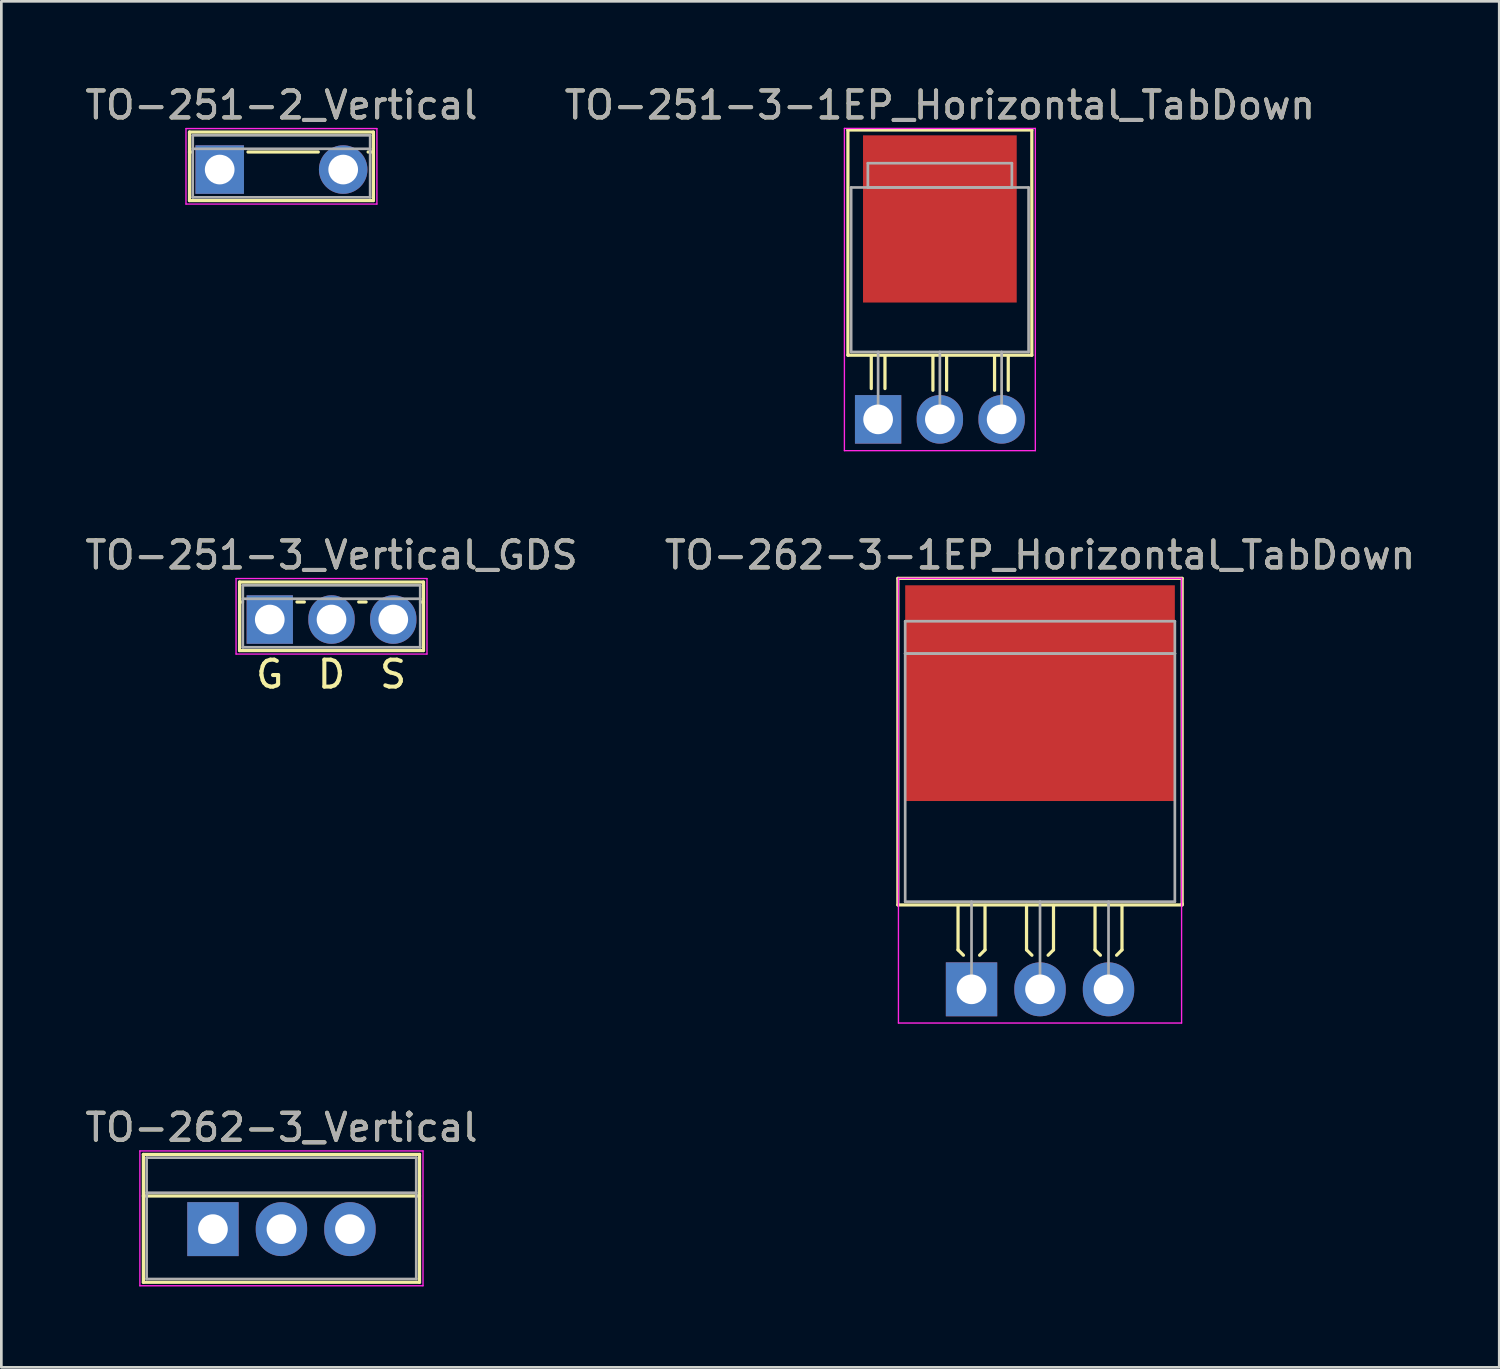
<source format=kicad_pcb>
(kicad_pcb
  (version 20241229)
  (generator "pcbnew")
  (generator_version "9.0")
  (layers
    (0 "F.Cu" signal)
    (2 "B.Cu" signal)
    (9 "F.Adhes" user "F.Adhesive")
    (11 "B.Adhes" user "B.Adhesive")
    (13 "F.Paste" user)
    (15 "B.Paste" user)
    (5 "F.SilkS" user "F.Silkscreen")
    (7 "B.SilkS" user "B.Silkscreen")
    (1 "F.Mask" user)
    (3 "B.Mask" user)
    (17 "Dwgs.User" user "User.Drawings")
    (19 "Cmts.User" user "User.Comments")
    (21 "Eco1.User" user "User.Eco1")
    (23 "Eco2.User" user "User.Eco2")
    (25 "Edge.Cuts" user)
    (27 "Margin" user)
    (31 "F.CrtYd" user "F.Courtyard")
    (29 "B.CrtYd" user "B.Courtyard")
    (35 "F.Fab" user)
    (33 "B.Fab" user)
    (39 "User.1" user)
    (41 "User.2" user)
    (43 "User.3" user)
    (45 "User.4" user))
  (footprint "TO-262-3-1EP_Horizontal_TabDown"
    (layer "F.Cu")
    (at 32.978 33.638)
    (property "Reference" "TO-262-3-1EP_Horizontal_TabDown" (at 2.54 -16.103 0) (layer "F.SilkS") (effects (font (size 1 1) (thickness 0.15))))
    (attr through_hole)
    (fp_line (start -2.731 -15.24) (end 7.811 -15.24) (stroke (width 0.12) (type solid)) (layer "F.SilkS"))
    (fp_line (start -2.731 -3.13) (end -2.731 -15.24) (stroke (width 0.12) (type solid)) (layer "F.SilkS"))
    (fp_line (start -2.731 -3.13) (end 7.811 -3.13) (stroke (width 0.12) (type solid)) (layer "F.SilkS"))
    (fp_line (start -0.5 -3.111) (end -0.5 -1.464) (stroke (width 0.12) (type solid)) (layer "F.SilkS"))
    (fp_line (start -0.5 -1.464) (end -0.3 -1.264) (stroke (width 0.12) (type solid)) (layer "F.SilkS"))
    (fp_line (start 0.5 -3.111) (end 0.5 -1.464) (stroke (width 0.12) (type solid)) (layer "F.SilkS"))
    (fp_line (start 0.5 -1.464) (end 0.3 -1.264) (stroke (width 0.12) (type solid)) (layer "F.SilkS"))
    (fp_line (start 2.04 -3.111) (end 2.04 -1.464) (stroke (width 0.12) (type solid)) (layer "F.SilkS"))
    (fp_line (start 2.04 -1.464) (end 2.24 -1.264) (stroke (width 0.12) (type solid)) (layer "F.SilkS"))
    (fp_line (start 3.04 -3.111) (end 3.04 -1.464) (stroke (width 0.12) (type solid)) (layer "F.SilkS"))
    (fp_line (start 3.04 -1.464) (end 2.84 -1.264) (stroke (width 0.12) (type solid)) (layer "F.SilkS"))
    (fp_line (start 4.58 -3.111) (end 4.58 -1.464) (stroke (width 0.12) (type solid)) (layer "F.SilkS"))
    (fp_line (start 4.58 -1.464) (end 4.78 -1.264) (stroke (width 0.12) (type solid)) (layer "F.SilkS"))
    (fp_line (start 5.58 -3.111) (end 5.58 -1.464) (stroke (width 0.12) (type solid)) (layer "F.SilkS"))
    (fp_line (start 5.58 -1.464) (end 5.38 -1.264) (stroke (width 0.12) (type solid)) (layer "F.SilkS"))
    (fp_line (start 7.811 -15.24) (end 7.811 -3.175) (stroke (width 0.12) (type solid)) (layer "F.SilkS"))
    (fp_line (start 7.811 -3.175) (end 7.811 -3.13) (stroke (width 0.12) (type solid)) (layer "F.SilkS"))
    (fp_line (start -2.71 -15.24) (end -2.71 1.25) (stroke (width 0.05) (type solid)) (layer "F.CrtYd"))
    (fp_line (start -2.71 1.25) (end 7.79 1.25) (stroke (width 0.05) (type solid)) (layer "F.CrtYd"))
    (fp_line (start 7.79 -15.24) (end -2.71 -15.24) (stroke (width 0.05) (type solid)) (layer "F.CrtYd"))
    (fp_line (start 7.79 1.25) (end 7.79 -15.24) (stroke (width 0.05) (type solid)) (layer "F.CrtYd"))
    (fp_line (start -2.46 -13.65) (end 7.54 -13.65) (stroke (width 0.1) (type solid)) (layer "F.Fab"))
    (fp_line (start -2.46 -12.45) (end -2.46 -13.65) (stroke (width 0.1) (type solid)) (layer "F.Fab"))
    (fp_line (start -2.46 -12.45) (end 7.54 -12.45) (stroke (width 0.1) (type solid)) (layer "F.Fab"))
    (fp_line (start -2.46 -3.25) (end -2.46 -12.45) (stroke (width 0.1) (type solid)) (layer "F.Fab"))
    (fp_line (start 0 -3.25) (end 0 0) (stroke (width 0.1) (type solid)) (layer "F.Fab"))
    (fp_line (start 2.54 -3.25) (end 2.54 0) (stroke (width 0.1) (type solid)) (layer "F.Fab"))
    (fp_line (start 5.08 -3.25) (end 5.08 0) (stroke (width 0.1) (type solid)) (layer "F.Fab"))
    (fp_line (start 7.54 -13.65) (end 7.54 -12.45) (stroke (width 0.1) (type solid)) (layer "F.Fab"))
    (fp_line (start 7.54 -12.45) (end -2.46 -12.45) (stroke (width 0.1) (type solid)) (layer "F.Fab"))
    (fp_line (start 7.54 -12.45) (end 7.54 -3.25) (stroke (width 0.1) (type solid)) (layer "F.Fab"))
    (fp_line (start 7.54 -3.25) (end -2.46 -3.25) (stroke (width 0.1) (type solid)) (layer "F.Fab"))
    (fp_text user "${REFERENCE}" (at 2.54 -16.103 0) (layer "F.Fab") (effects (font (size 1 1) (thickness 0.15))))
    (pad "1" thru_hole rect (at 0 0) (size 1.905 2) (drill 1.1) (layers "*.Cu" "*.Mask"))
    (pad "2" thru_hole oval (at 2.54 0) (size 1.905 2) (drill 1.1) (layers "*.Cu" "*.Mask"))
    (pad "3" thru_hole oval (at 5.08 0) (size 1.905 2) (drill 1.1) (layers "*.Cu" "*.Mask"))
    (pad "4" smd rect (at 2.54 -10.983) (size 10 8) (layers "F.Cu" "F.Mask" "F.Paste")))
  (footprint "TO-251-3_Vertical_GDS"
    (layer "F.Cu")
    (at 6.954 19.925)
    (property "Reference" "TO-251-3_Vertical_GDS" (at 2.29 -2.39 0) (layer "F.SilkS") (effects (font (size 1 1) (thickness 0.15))))
    (attr through_hole)
    (fp_line (start -1.12 -1.39) (end -1.12 1.15) (stroke (width 0.12) (type solid)) (layer "F.SilkS"))
    (fp_line (start -1.12 -1.39) (end 5.7 -1.39) (stroke (width 0.12) (type solid)) (layer "F.SilkS"))
    (fp_line (start -1.12 -0.651) (end -1.009 -0.651) (stroke (width 0.12) (type solid)) (layer "F.SilkS"))
    (fp_line (start -1.12 1.15) (end 5.7 1.15) (stroke (width 0.12) (type solid)) (layer "F.SilkS"))
    (fp_line (start 1.009 -0.651) (end 1.282 -0.651) (stroke (width 0.12) (type solid)) (layer "F.SilkS"))
    (fp_line (start 3.299 -0.651) (end 3.572 -0.651) (stroke (width 0.12) (type solid)) (layer "F.SilkS"))
    (fp_line (start 5.589 -0.651) (end 5.7 -0.651) (stroke (width 0.12) (type solid)) (layer "F.SilkS"))
    (fp_line (start 5.7 -1.39) (end 5.7 1.15) (stroke (width 0.12) (type solid)) (layer "F.SilkS"))
    (fp_line (start -1.25 -1.52) (end -1.25 1.28) (stroke (width 0.05) (type solid)) (layer "F.CrtYd"))
    (fp_line (start -1.25 1.28) (end 5.83 1.28) (stroke (width 0.05) (type solid)) (layer "F.CrtYd"))
    (fp_line (start 5.83 -1.52) (end -1.25 -1.52) (stroke (width 0.05) (type solid)) (layer "F.CrtYd"))
    (fp_line (start 5.83 1.28) (end 5.83 -1.52) (stroke (width 0.05) (type solid)) (layer "F.CrtYd"))
    (fp_line (start -1 -1.27) (end -1 1.03) (stroke (width 0.1) (type solid)) (layer "F.Fab"))
    (fp_line (start -1 -0.77) (end 5.58 -0.77) (stroke (width 0.1) (type solid)) (layer "F.Fab"))
    (fp_line (start -1 1.03) (end 5.58 1.03) (stroke (width 0.1) (type solid)) (layer "F.Fab"))
    (fp_line (start 5.58 -1.27) (end -1 -1.27) (stroke (width 0.1) (type solid)) (layer "F.Fab"))
    (fp_line (start 5.58 1.03) (end 5.58 -1.27) (stroke (width 0.1) (type solid)) (layer "F.Fab"))
    (fp_text user "G" (at 0 2.032 0) (layer "F.SilkS") (effects (font (size 1 1) (thickness 0.15))))
    (fp_text user "D" (at 2.286 2.032 0) (layer "F.SilkS") (effects (font (size 1 1) (thickness 0.15))))
    (fp_text user "S" (at 4.572 2.032 0) (layer "F.SilkS") (effects (font (size 1 1) (thickness 0.15))))
    (fp_text user "${REFERENCE}" (at 2.29 -2.39 0) (layer "F.Fab") (effects (font (size 1 1) (thickness 0.15))))
    (pad "1" thru_hole rect (at 0 0) (size 1.718 1.8) (drill 1.1) (layers "*.Cu" "*.Mask"))
    (pad "2" thru_hole oval (at 2.29 0) (size 1.718 1.8) (drill 1.1) (layers "*.Cu" "*.Mask"))
    (pad "3" thru_hole oval (at 4.58 0) (size 1.718 1.8) (drill 1.1) (layers "*.Cu" "*.Mask")))
  (footprint "TO-251-2_Vertical"
    (layer "F.Cu")
    (at 5.097 3.238)
    (property "Reference" "TO-251-2_Vertical" (at 2.29 -2.39 0) (layer "F.SilkS") (effects (font (size 1 1) (thickness 0.15))))
    (attr through_hole)
    (fp_line (start -1.12 -1.39) (end -1.12 1.15) (stroke (width 0.12) (type solid)) (layer "F.SilkS"))
    (fp_line (start -1.12 -1.39) (end 5.7 -1.39) (stroke (width 0.12) (type solid)) (layer "F.SilkS"))
    (fp_line (start -1.12 -0.651) (end -1.05 -0.651) (stroke (width 0.12) (type solid)) (layer "F.SilkS"))
    (fp_line (start -1.12 1.15) (end 5.7 1.15) (stroke (width 0.12) (type solid)) (layer "F.SilkS"))
    (fp_line (start 1.05 -0.651) (end 3.656 -0.651) (stroke (width 0.12) (type solid)) (layer "F.SilkS"))
    (fp_line (start 5.505 -0.651) (end 5.7 -0.651) (stroke (width 0.12) (type solid)) (layer "F.SilkS"))
    (fp_line (start 5.7 -1.39) (end 5.7 1.15) (stroke (width 0.12) (type solid)) (layer "F.SilkS"))
    (fp_line (start -1.25 -1.52) (end -1.25 1.28) (stroke (width 0.05) (type solid)) (layer "F.CrtYd"))
    (fp_line (start -1.25 1.28) (end 5.83 1.28) (stroke (width 0.05) (type solid)) (layer "F.CrtYd"))
    (fp_line (start 5.83 -1.52) (end -1.25 -1.52) (stroke (width 0.05) (type solid)) (layer "F.CrtYd"))
    (fp_line (start 5.83 1.28) (end 5.83 -1.52) (stroke (width 0.05) (type solid)) (layer "F.CrtYd"))
    (fp_line (start -1 -1.27) (end -1 1.03) (stroke (width 0.1) (type solid)) (layer "F.Fab"))
    (fp_line (start -1 -0.77) (end 5.58 -0.77) (stroke (width 0.1) (type solid)) (layer "F.Fab"))
    (fp_line (start -1 1.03) (end 5.58 1.03) (stroke (width 0.1) (type solid)) (layer "F.Fab"))
    (fp_line (start 5.58 -1.27) (end -1 -1.27) (stroke (width 0.1) (type solid)) (layer "F.Fab"))
    (fp_line (start 5.58 1.03) (end 5.58 -1.27) (stroke (width 0.1) (type solid)) (layer "F.Fab"))
    (fp_text user "${REFERENCE}" (at 2.29 -2.39 0) (layer "F.Fab") (effects (font (size 1 1) (thickness 0.15))))
    (pad "1" thru_hole rect (at 0 0) (size 1.8 1.8) (drill 1.1) (layers "*.Cu" "*.Mask"))
    (pad "2" thru_hole oval (at 4.58 0) (size 1.8 1.8) (drill 1.1) (layers "*.Cu" "*.Mask")))
  (footprint "TO-251-3-1EP_Horizontal_TabDown"
    (layer "F.Cu")
    (at 29.514 12.502)
    (property "Reference" "TO-251-3-1EP_Horizontal_TabDown" (at 2.29 -11.653 0) (layer "F.SilkS") (effects (font (size 1 1) (thickness 0.15))))
    (attr through_hole)
    (fp_line (start -1.12 -10.732) (end -1.12 -2.38) (stroke (width 0.12) (type solid)) (layer "F.SilkS"))
    (fp_line (start -1.12 -10.732) (end 5.7 -10.732) (stroke (width 0.12) (type solid)) (layer "F.SilkS"))
    (fp_line (start -1.12 -2.38) (end 5.7 -2.38) (stroke (width 0.12) (type solid)) (layer "F.SilkS"))
    (fp_line (start -0.254 -2.349) (end -0.254 -1.143) (stroke (width 0.12) (type solid)) (layer "F.SilkS"))
    (fp_line (start 0.254 -1.143) (end 0.254 -2.349) (stroke (width 0.12) (type solid)) (layer "F.SilkS"))
    (fp_line (start 2.032 -2.349) (end 2.032 -1.079) (stroke (width 0.12) (type solid)) (layer "F.SilkS"))
    (fp_line (start 2.54 -1.079) (end 2.54 -2.349) (stroke (width 0.12) (type solid)) (layer "F.SilkS"))
    (fp_line (start 4.318 -2.349) (end 4.318 -1.079) (stroke (width 0.12) (type solid)) (layer "F.SilkS"))
    (fp_line (start 4.826 -1.079) (end 4.826 -2.349) (stroke (width 0.12) (type solid)) (layer "F.SilkS"))
    (fp_line (start 5.7 -10.732) (end 5.7 -2.38) (stroke (width 0.12) (type solid)) (layer "F.SilkS"))
    (fp_line (start -1.25 -10.79) (end -1.25 1.16) (stroke (width 0.05) (type solid)) (layer "F.CrtYd"))
    (fp_line (start -1.25 1.16) (end 5.83 1.16) (stroke (width 0.05) (type solid)) (layer "F.CrtYd"))
    (fp_line (start 5.83 -10.79) (end -1.25 -10.79) (stroke (width 0.05) (type solid)) (layer "F.CrtYd"))
    (fp_line (start 5.83 1.16) (end 5.83 -10.79) (stroke (width 0.05) (type solid)) (layer "F.CrtYd"))
    (fp_line (start -1 -8.6) (end 5.58 -8.6) (stroke (width 0.1) (type solid)) (layer "F.Fab"))
    (fp_line (start -1 -2.5) (end -1 -8.6) (stroke (width 0.1) (type solid)) (layer "F.Fab"))
    (fp_line (start -0.38 -9.5) (end 4.96 -9.5) (stroke (width 0.1) (type solid)) (layer "F.Fab"))
    (fp_line (start -0.38 -8.6) (end -0.38 -9.5) (stroke (width 0.1) (type solid)) (layer "F.Fab"))
    (fp_line (start 0 -2.5) (end 0 0) (stroke (width 0.1) (type solid)) (layer "F.Fab"))
    (fp_line (start 2.29 -2.5) (end 2.29 0) (stroke (width 0.1) (type solid)) (layer "F.Fab"))
    (fp_line (start 4.58 -2.5) (end 4.58 0) (stroke (width 0.1) (type solid)) (layer "F.Fab"))
    (fp_line (start 4.96 -9.5) (end 4.96 -8.6) (stroke (width 0.1) (type solid)) (layer "F.Fab"))
    (fp_line (start 4.96 -8.6) (end -0.38 -8.6) (stroke (width 0.1) (type solid)) (layer "F.Fab"))
    (fp_line (start 5.58 -8.6) (end 5.58 -2.5) (stroke (width 0.1) (type solid)) (layer "F.Fab"))
    (fp_line (start 5.58 -2.5) (end -1 -2.5) (stroke (width 0.1) (type solid)) (layer "F.Fab"))
    (fp_text user "${REFERENCE}" (at 2.29 -11.653 0) (layer "F.Fab") (effects (font (size 1 1) (thickness 0.15))))
    (pad "1" thru_hole rect (at 0 0) (size 1.718 1.8) (drill 1.1) (layers "*.Cu" "*.Mask"))
    (pad "2" thru_hole oval (at 2.29 0) (size 1.718 1.8) (drill 1.1) (layers "*.Cu" "*.Mask"))
    (pad "3" thru_hole oval (at 4.58 0) (size 1.718 1.8) (drill 1.1) (layers "*.Cu" "*.Mask"))
    (pad "4" smd rect (at 2.29 -7.433) (size 5.7 6.2) (layers "F.Cu" "F.Mask" "F.Paste")))
  (footprint "TO-262-3_Vertical"
    (layer "F.Cu")
    (at 4.847 42.531)
    (property "Reference" "TO-262-3_Vertical" (at 2.54 -3.77 0) (layer "F.SilkS") (effects (font (size 1 1) (thickness 0.15))))
    (attr through_hole)
    (fp_line (start -2.58 -2.77) (end -2.58 1.971) (stroke (width 0.12) (type solid)) (layer "F.SilkS"))
    (fp_line (start -2.58 -2.77) (end 7.66 -2.77) (stroke (width 0.12) (type solid)) (layer "F.SilkS"))
    (fp_line (start -2.58 -1.23) (end 7.66 -1.23) (stroke (width 0.12) (type solid)) (layer "F.SilkS"))
    (fp_line (start -2.58 1.971) (end 7.66 1.971) (stroke (width 0.12) (type solid)) (layer "F.SilkS"))
    (fp_line (start 7.66 -2.77) (end 7.66 1.971) (stroke (width 0.12) (type solid)) (layer "F.SilkS"))
    (fp_line (start -2.71 -2.9) (end -2.71 2.1) (stroke (width 0.05) (type solid)) (layer "F.CrtYd"))
    (fp_line (start -2.71 2.1) (end 7.79 2.1) (stroke (width 0.05) (type solid)) (layer "F.CrtYd"))
    (fp_line (start 7.79 -2.9) (end -2.71 -2.9) (stroke (width 0.05) (type solid)) (layer "F.CrtYd"))
    (fp_line (start 7.79 2.1) (end 7.79 -2.9) (stroke (width 0.05) (type solid)) (layer "F.CrtYd"))
    (fp_line (start -2.46 -2.65) (end -2.46 1.85) (stroke (width 0.1) (type solid)) (layer "F.Fab"))
    (fp_line (start -2.46 -1.35) (end 7.54 -1.35) (stroke (width 0.1) (type solid)) (layer "F.Fab"))
    (fp_line (start -2.46 1.85) (end 7.54 1.85) (stroke (width 0.1) (type solid)) (layer "F.Fab"))
    (fp_line (start 7.54 -2.65) (end -2.46 -2.65) (stroke (width 0.1) (type solid)) (layer "F.Fab"))
    (fp_line (start 7.54 1.85) (end 7.54 -2.65) (stroke (width 0.1) (type solid)) (layer "F.Fab"))
    (fp_text user "${REFERENCE}" (at 2.54 -3.77 0) (layer "F.Fab") (effects (font (size 1 1) (thickness 0.15))))
    (pad "1" thru_hole rect (at 0 0) (size 1.905 2) (drill 1.1) (layers "*.Cu" "*.Mask"))
    (pad "2" thru_hole oval (at 2.54 0) (size 1.905 2) (drill 1.1) (layers "*.Cu" "*.Mask"))
    (pad "3" thru_hole oval (at 5.08 0) (size 1.905 2) (drill 1.1) (layers "*.Cu" "*.Mask")))
  (gr_rect
    (start -3 -3)
    (end 52.548 47.656)
    (stroke (width 0.1) (type default))
    (fill no)
    (layer "Edge.Cuts")))
</source>
